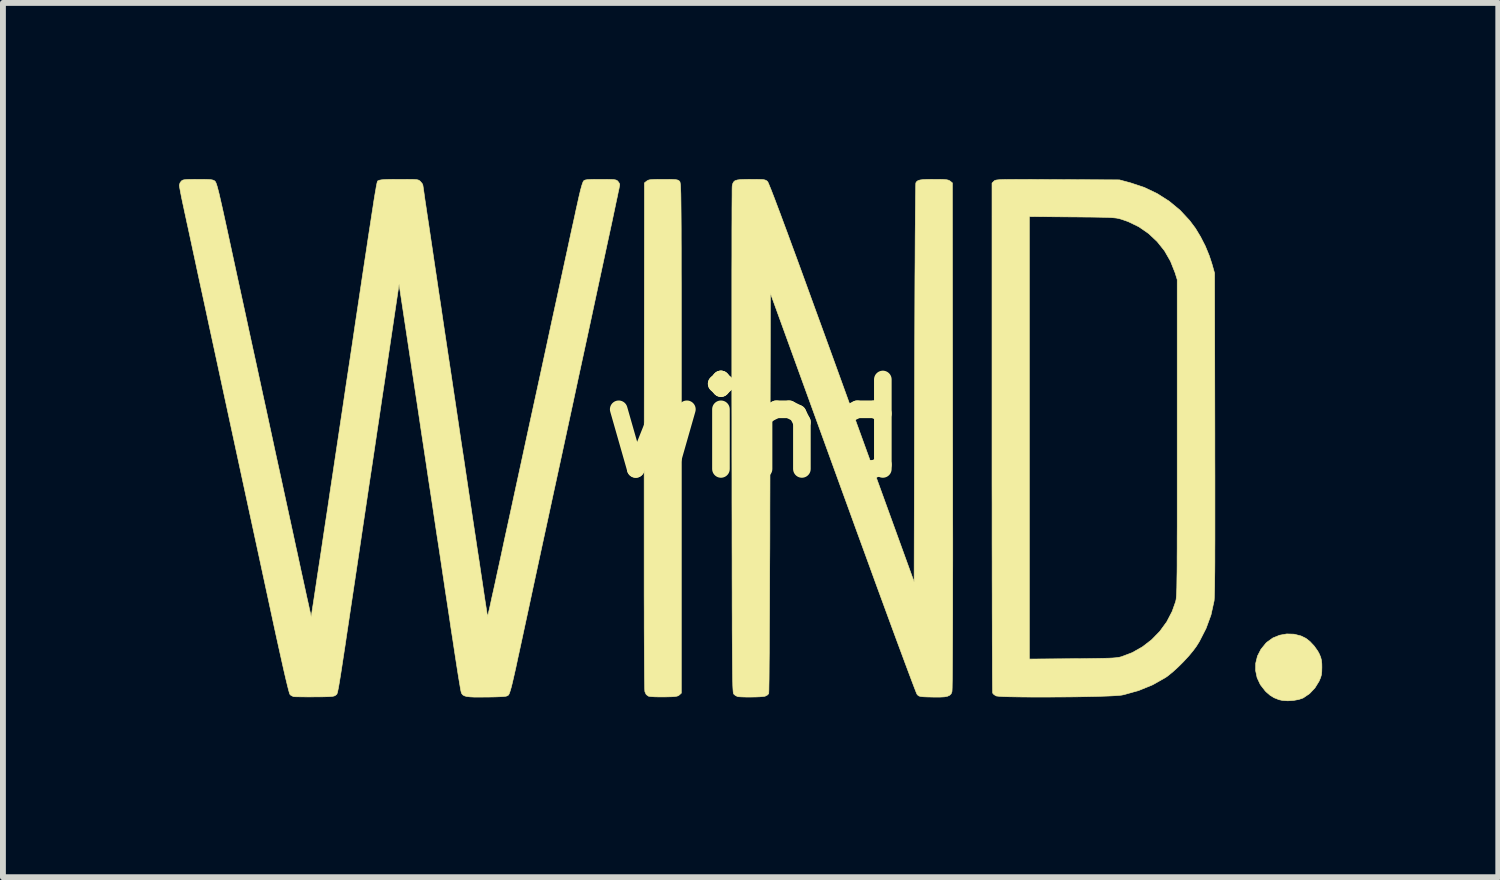
<source format=kicad_pcb>
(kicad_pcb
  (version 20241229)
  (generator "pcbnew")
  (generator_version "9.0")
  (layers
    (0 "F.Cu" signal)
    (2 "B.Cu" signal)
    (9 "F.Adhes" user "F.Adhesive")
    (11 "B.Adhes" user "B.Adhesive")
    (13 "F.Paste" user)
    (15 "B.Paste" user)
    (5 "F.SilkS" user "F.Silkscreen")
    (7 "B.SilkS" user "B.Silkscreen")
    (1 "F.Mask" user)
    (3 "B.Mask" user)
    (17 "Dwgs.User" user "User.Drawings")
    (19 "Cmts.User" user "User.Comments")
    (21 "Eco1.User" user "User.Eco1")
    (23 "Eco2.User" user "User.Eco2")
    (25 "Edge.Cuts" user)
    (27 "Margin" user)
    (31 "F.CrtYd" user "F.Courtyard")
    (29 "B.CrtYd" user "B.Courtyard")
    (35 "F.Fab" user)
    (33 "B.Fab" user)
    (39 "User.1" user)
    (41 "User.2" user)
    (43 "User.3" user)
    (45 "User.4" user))
  (footprint "wind"
    (layer "F.Cu")
    (at 9.812 4.249)
    (property "Reference" "wind" (at 0 0 0) (layer "F.SilkS") (effects (font (size 1.524 1.524) (thickness 0.3))))
    (attr through_hole)
    (fp_poly (pts (xy 9.182 3.504) (xy 9.3 3.534) (xy 9.384 3.575) (xy 9.455 3.631) (xy 9.526 3.707) (xy 9.586 3.792) (xy 9.614 3.844) (xy 9.636 3.898) (xy 9.649 3.949) (xy 9.655 4.009) (xy 9.656 4.069) (xy 9.654 4.142) (xy 9.648 4.197) (xy 9.634 4.245) (xy 9.61 4.302) (xy 9.607 4.308) (xy 9.537 4.421) (xy 9.446 4.517) (xy 9.34 4.589) (xy 9.339 4.59) (xy 9.265 4.616) (xy 9.173 4.633) (xy 9.075 4.639) (xy 8.984 4.633) (xy 8.925 4.62) (xy 8.842 4.587) (xy 8.775 4.546) (xy 8.709 4.489) (xy 8.692 4.472) (xy 8.608 4.364) (xy 8.553 4.246) (xy 8.527 4.123) (xy 8.529 3.999) (xy 8.559 3.877) (xy 8.618 3.762) (xy 8.704 3.656) (xy 8.723 3.639) (xy 8.822 3.568) (xy 8.936 3.522) (xy 9.058 3.5) (xy 9.182 3.504)) (stroke (width 0.01) (type solid)) (fill yes) (layer "F.SilkS"))
    (fp_poly (pts (xy -1.47 -4.244) (xy -1.402 -4.242) (xy -1.355 -4.239) (xy -1.325 -4.234) (xy -1.304 -4.226) (xy -1.289 -4.214) (xy -1.287 -4.212) (xy -1.284 -4.209) (xy -1.281 -4.204) (xy -1.279 -4.197) (xy -1.276 -4.187) (xy -1.274 -4.173) (xy -1.271 -4.153) (xy -1.269 -4.127) (xy -1.268 -4.093) (xy -1.266 -4.049) (xy -1.264 -3.996) (xy -1.263 -3.932) (xy -1.262 -3.856) (xy -1.261 -3.766) (xy -1.26 -3.662) (xy -1.259 -3.542) (xy -1.258 -3.405) (xy -1.258 -3.251) (xy -1.257 -3.078) (xy -1.257 -2.884) (xy -1.257 -2.67) (xy -1.256 -2.433) (xy -1.256 -2.173) (xy -1.256 -1.888) (xy -1.256 -1.578) (xy -1.256 -1.24) (xy -1.256 -0.875) (xy -1.256 -0.481) (xy -1.256 -0.057) (xy -1.256 4.509) (xy -1.289 4.539) (xy -1.306 4.552) (xy -1.33 4.56) (xy -1.365 4.566) (xy -1.418 4.57) (xy -1.495 4.572) (xy -1.547 4.573) (xy -1.636 4.573) (xy -1.714 4.571) (xy -1.775 4.567) (xy -1.812 4.561) (xy -1.816 4.56) (xy -1.854 4.532) (xy -1.876 4.485) (xy -1.878 4.466) (xy -1.88 4.422) (xy -1.881 4.353) (xy -1.883 4.258) (xy -1.884 4.137) (xy -1.885 3.989) (xy -1.886 3.815) (xy -1.887 3.613) (xy -1.888 3.384) (xy -1.888 3.126) (xy -1.889 2.84) (xy -1.889 2.525) (xy -1.889 2.18) (xy -1.889 1.805) (xy -1.889 1.401) (xy -1.889 0.966) (xy -1.889 0.499) (xy -1.888 0.122) (xy -1.884 -4.183) (xy -1.846 -4.214) (xy -1.828 -4.225) (xy -1.806 -4.234) (xy -1.772 -4.239) (xy -1.723 -4.242) (xy -1.652 -4.244) (xy -1.564 -4.244) (xy -1.47 -4.244)) (stroke (width 0.01) (type solid)) (fill yes) (layer "F.SilkS"))
    (fp_poly (pts (xy 4.621 -4.243) (xy 4.774 -4.242) (xy 4.954 -4.241) (xy 5.155 -4.24) (xy 6.207 -4.235) (xy 6.397 -4.184) (xy 6.631 -4.106) (xy 6.851 -4.001) (xy 7.055 -3.871) (xy 7.24 -3.718) (xy 7.402 -3.544) (xy 7.503 -3.409) (xy 7.589 -3.266) (xy 7.67 -3.108) (xy 7.737 -2.945) (xy 7.783 -2.805) (xy 7.828 -2.646) (xy 7.833 0.087) (xy 7.833 0.461) (xy 7.834 0.805) (xy 7.834 1.118) (xy 7.834 1.403) (xy 7.834 1.66) (xy 7.834 1.89) (xy 7.833 2.095) (xy 7.833 2.275) (xy 7.832 2.431) (xy 7.83 2.565) (xy 7.829 2.676) (xy 7.827 2.768) (xy 7.825 2.839) (xy 7.823 2.892) (xy 7.821 2.927) (xy 7.819 2.941) (xy 7.767 3.177) (xy 7.683 3.406) (xy 7.569 3.629) (xy 7.518 3.711) (xy 7.461 3.788) (xy 7.387 3.877) (xy 7.301 3.97) (xy 7.21 4.061) (xy 7.12 4.143) (xy 7.038 4.21) (xy 6.994 4.242) (xy 6.775 4.366) (xy 6.538 4.463) (xy 6.286 4.534) (xy 6.247 4.542) (xy 6.204 4.547) (xy 6.135 4.552) (xy 6.042 4.557) (xy 5.93 4.561) (xy 5.801 4.565) (xy 5.658 4.568) (xy 5.505 4.571) (xy 5.346 4.573) (xy 5.183 4.574) (xy 5.02 4.575) (xy 4.861 4.575) (xy 4.708 4.575) (xy 4.565 4.574) (xy 4.436 4.572) (xy 4.323 4.57) (xy 4.23 4.567) (xy 4.161 4.563) (xy 4.118 4.558) (xy 4.107 4.556) (xy 4.07 4.533) (xy 4.048 4.508) (xy 4.048 4.507) (xy 4.047 4.489) (xy 4.046 4.44) (xy 4.045 4.363) (xy 4.044 4.257) (xy 4.043 4.125) (xy 4.043 3.967) (xy 4.043 3.928) (xy 4.673 3.928) (xy 5.408 3.922) (xy 5.584 3.921) (xy 5.731 3.919) (xy 5.853 3.917) (xy 5.952 3.915) (xy 6.031 3.913) (xy 6.093 3.91) (xy 6.142 3.906) (xy 6.18 3.901) (xy 6.211 3.896) (xy 6.237 3.889) (xy 6.239 3.889) (xy 6.426 3.818) (xy 6.599 3.72) (xy 6.757 3.598) (xy 6.896 3.455) (xy 7.014 3.293) (xy 7.106 3.116) (xy 7.163 2.955) (xy 7.167 2.941) (xy 7.17 2.925) (xy 7.174 2.906) (xy 7.176 2.881) (xy 7.179 2.85) (xy 7.181 2.811) (xy 7.183 2.763) (xy 7.185 2.704) (xy 7.186 2.633) (xy 7.187 2.549) (xy 7.189 2.449) (xy 7.19 2.332) (xy 7.19 2.197) (xy 7.191 2.043) (xy 7.191 1.868) (xy 7.192 1.671) (xy 7.192 1.449) (xy 7.192 1.202) (xy 7.192 0.928) (xy 7.192 0.626) (xy 7.192 0.294) (xy 7.192 0.159) (xy 7.192 -2.535) (xy 7.155 -2.654) (xy 7.078 -2.848) (xy 6.976 -3.026) (xy 6.85 -3.184) (xy 6.704 -3.321) (xy 6.538 -3.436) (xy 6.356 -3.524) (xy 6.247 -3.562) (xy 6.217 -3.571) (xy 6.189 -3.578) (xy 6.158 -3.584) (xy 6.121 -3.588) (xy 6.076 -3.592) (xy 6.018 -3.595) (xy 5.945 -3.597) (xy 5.854 -3.599) (xy 5.742 -3.601) (xy 5.604 -3.602) (xy 5.439 -3.604) (xy 5.4 -3.604) (xy 4.673 -3.61) (xy 4.673 3.928) (xy 4.043 3.928) (xy 4.042 3.786) (xy 4.041 3.582) (xy 4.041 3.356) (xy 4.04 3.111) (xy 4.04 2.846) (xy 4.039 2.564) (xy 4.039 2.266) (xy 4.038 1.953) (xy 4.038 1.627) (xy 4.038 1.288) (xy 4.037 0.938) (xy 4.037 0.579) (xy 4.037 0.211) (xy 4.037 0.15) (xy 4.037 -4.18) (xy 4.07 -4.213) (xy 4.077 -4.219) (xy 4.085 -4.225) (xy 4.098 -4.229) (xy 4.117 -4.233) (xy 4.144 -4.236) (xy 4.183 -4.239) (xy 4.235 -4.241) (xy 4.302 -4.242) (xy 4.387 -4.242) (xy 4.493 -4.243) (xy 4.621 -4.243)) (stroke (width 0.01) (type solid)) (fill yes) (layer "F.SilkS"))
    (fp_poly (pts (xy 3.143 -4.244) (xy 3.21 -4.242) (xy 3.257 -4.238) (xy 3.288 -4.232) (xy 3.31 -4.223) (xy 3.324 -4.214) (xy 3.362 -4.183) (xy 3.366 0.122) (xy 3.367 0.608) (xy 3.367 1.062) (xy 3.367 1.486) (xy 3.368 1.879) (xy 3.368 2.243) (xy 3.367 2.577) (xy 3.367 2.883) (xy 3.367 3.16) (xy 3.366 3.409) (xy 3.365 3.632) (xy 3.364 3.827) (xy 3.363 3.996) (xy 3.362 4.139) (xy 3.361 4.257) (xy 3.359 4.35) (xy 3.358 4.418) (xy 3.356 4.463) (xy 3.354 4.485) (xy 3.354 4.486) (xy 3.34 4.52) (xy 3.316 4.544) (xy 3.28 4.561) (xy 3.225 4.572) (xy 3.149 4.576) (xy 3.048 4.576) (xy 3.007 4.575) (xy 2.921 4.573) (xy 2.861 4.57) (xy 2.821 4.565) (xy 2.795 4.558) (xy 2.777 4.547) (xy 2.762 4.531) (xy 2.76 4.529) (xy 2.751 4.51) (xy 2.732 4.462) (xy 2.703 4.387) (xy 2.664 4.284) (xy 2.616 4.156) (xy 2.559 4.004) (xy 2.494 3.828) (xy 2.42 3.629) (xy 2.339 3.409) (xy 2.251 3.169) (xy 2.156 2.91) (xy 2.054 2.632) (xy 1.947 2.337) (xy 1.834 2.027) (xy 1.715 1.701) (xy 1.592 1.361) (xy 1.494 1.092) (xy 0.262 -2.304) (xy 0.254 1.093) (xy 0.253 1.42) (xy 0.253 1.738) (xy 0.252 2.047) (xy 0.25 2.344) (xy 0.249 2.629) (xy 0.248 2.899) (xy 0.247 3.154) (xy 0.245 3.392) (xy 0.244 3.611) (xy 0.243 3.81) (xy 0.241 3.987) (xy 0.24 4.141) (xy 0.239 4.271) (xy 0.237 4.375) (xy 0.236 4.452) (xy 0.234 4.5) (xy 0.233 4.517) (xy 0.21 4.541) (xy 0.171 4.561) (xy 0.171 4.561) (xy 0.138 4.566) (xy 0.082 4.571) (xy 0.01 4.574) (xy -0.07 4.575) (xy -0.15 4.575) (xy -0.221 4.573) (xy -0.276 4.57) (xy -0.296 4.567) (xy -0.333 4.55) (xy -0.36 4.527) (xy -0.363 4.523) (xy -0.366 4.517) (xy -0.368 4.508) (xy -0.371 4.495) (xy -0.373 4.476) (xy -0.375 4.451) (xy -0.377 4.418) (xy -0.379 4.377) (xy -0.38 4.325) (xy -0.382 4.263) (xy -0.383 4.189) (xy -0.384 4.101) (xy -0.385 3.999) (xy -0.386 3.882) (xy -0.387 3.747) (xy -0.388 3.596) (xy -0.389 3.425) (xy -0.389 3.234) (xy -0.39 3.023) (xy -0.39 2.789) (xy -0.391 2.531) (xy -0.391 2.25) (xy -0.392 1.942) (xy -0.392 1.608) (xy -0.393 1.246) (xy -0.393 0.856) (xy -0.394 0.435) (xy -0.394 0.209) (xy -0.394 -0.159) (xy -0.395 -0.518) (xy -0.395 -0.868) (xy -0.395 -1.208) (xy -0.395 -1.536) (xy -0.395 -1.85) (xy -0.395 -2.15) (xy -0.395 -2.434) (xy -0.395 -2.7) (xy -0.394 -2.948) (xy -0.394 -3.177) (xy -0.394 -3.384) (xy -0.393 -3.568) (xy -0.393 -3.729) (xy -0.392 -3.865) (xy -0.391 -3.974) (xy -0.391 -4.055) (xy -0.39 -4.107) (xy -0.389 -4.129) (xy -0.389 -4.13) (xy -0.38 -4.17) (xy -0.365 -4.199) (xy -0.342 -4.22) (xy -0.303 -4.233) (xy -0.247 -4.24) (xy -0.167 -4.243) (xy -0.072 -4.244) (xy 0.021 -4.244) (xy 0.089 -4.242) (xy 0.136 -4.24) (xy 0.167 -4.234) (xy 0.188 -4.226) (xy 0.205 -4.214) (xy 0.212 -4.208) (xy 0.219 -4.197) (xy 0.231 -4.171) (xy 0.248 -4.129) (xy 0.272 -4.071) (xy 0.301 -3.996) (xy 0.337 -3.903) (xy 0.379 -3.791) (xy 0.429 -3.659) (xy 0.485 -3.507) (xy 0.55 -3.333) (xy 0.622 -3.136) (xy 0.703 -2.917) (xy 0.792 -2.673) (xy 0.89 -2.404) (xy 0.997 -2.109) (xy 1.114 -1.788) (xy 1.241 -1.439) (xy 1.378 -1.061) (xy 1.48 -0.779) (xy 2.71 2.614) (xy 2.718 -0.771) (xy 2.719 -1.097) (xy 2.72 -1.415) (xy 2.721 -1.723) (xy 2.722 -2.02) (xy 2.723 -2.304) (xy 2.724 -2.574) (xy 2.726 -2.828) (xy 2.727 -3.065) (xy 2.728 -3.284) (xy 2.73 -3.482) (xy 2.731 -3.659) (xy 2.733 -3.813) (xy 2.734 -3.942) (xy 2.736 -4.045) (xy 2.737 -4.121) (xy 2.738 -4.168) (xy 2.74 -4.185) (xy 2.754 -4.206) (xy 2.776 -4.222) (xy 2.811 -4.233) (xy 2.863 -4.24) (xy 2.937 -4.243) (xy 3.037 -4.244) (xy 3.049 -4.244) (xy 3.143 -4.244)) (stroke (width 0.01) (type solid)) (fill yes) (layer "F.SilkS"))
    (fp_poly (pts (xy -2.533 -4.244) (xy -2.462 -4.242) (xy -2.412 -4.24) (xy -2.379 -4.235) (xy -2.357 -4.228) (xy -2.342 -4.217) (xy -2.337 -4.212) (xy -2.313 -4.179) (xy -2.305 -4.153) (xy -2.306 -4.143) (xy -2.311 -4.12) (xy -2.318 -4.081) (xy -2.33 -4.028) (xy -2.344 -3.958) (xy -2.363 -3.871) (xy -2.385 -3.766) (xy -2.411 -3.643) (xy -2.441 -3.5) (xy -2.476 -3.338) (xy -2.516 -3.154) (xy -2.56 -2.949) (xy -2.609 -2.721) (xy -2.663 -2.471) (xy -2.722 -2.196) (xy -2.786 -1.897) (xy -2.856 -1.572) (xy -2.932 -1.221) (xy -3.014 -0.842) (xy -3.101 -0.436) (xy -3.195 -0.002) (xy -3.295 0.462) (xy -3.402 0.956) (xy -3.426 1.065) (xy -3.524 1.52) (xy -3.616 1.944) (xy -3.701 2.338) (xy -3.779 2.7) (xy -3.85 3.032) (xy -3.915 3.333) (xy -3.973 3.603) (xy -4.025 3.843) (xy -4.04 3.91) (xy -4.075 4.075) (xy -4.106 4.212) (xy -4.131 4.321) (xy -4.152 4.406) (xy -4.17 4.468) (xy -4.184 4.51) (xy -4.195 4.533) (xy -4.198 4.538) (xy -4.211 4.549) (xy -4.228 4.557) (xy -4.253 4.563) (xy -4.292 4.567) (xy -4.349 4.57) (xy -4.428 4.573) (xy -4.533 4.575) (xy -4.55 4.575) (xy -4.68 4.576) (xy -4.781 4.576) (xy -4.858 4.572) (xy -4.915 4.565) (xy -4.954 4.553) (xy -4.98 4.537) (xy -4.997 4.515) (xy -5.005 4.494) (xy -5.011 4.469) (xy -5.021 4.415) (xy -5.034 4.336) (xy -5.051 4.236) (xy -5.07 4.116) (xy -5.091 3.98) (xy -5.114 3.831) (xy -5.138 3.672) (xy -5.15 3.592) (xy -5.178 3.413) (xy -5.208 3.208) (xy -5.242 2.985) (xy -5.278 2.75) (xy -5.314 2.509) (xy -5.35 2.268) (xy -5.385 2.035) (xy -5.419 1.815) (xy -5.435 1.709) (xy -5.461 1.535) (xy -5.491 1.334) (xy -5.525 1.11) (xy -5.562 0.869) (xy -5.6 0.613) (xy -5.64 0.348) (xy -5.681 0.079) (xy -5.721 -0.191) (xy -5.761 -0.457) (xy -5.8 -0.714) (xy -5.827 -0.892) (xy -6.064 -2.46) (xy -6.25 -1.21) (xy -6.281 -1.002) (xy -6.316 -0.768) (xy -6.355 -0.511) (xy -6.395 -0.239) (xy -6.438 0.046) (xy -6.481 0.337) (xy -6.525 0.631) (xy -6.569 0.921) (xy -6.611 1.203) (xy -6.651 1.472) (xy -6.677 1.645) (xy -6.729 1.997) (xy -6.777 2.319) (xy -6.821 2.613) (xy -6.861 2.879) (xy -6.897 3.119) (xy -6.929 3.334) (xy -6.958 3.526) (xy -6.983 3.696) (xy -7.006 3.845) (xy -7.026 3.976) (xy -7.043 4.088) (xy -7.058 4.184) (xy -7.071 4.264) (xy -7.082 4.331) (xy -7.091 4.385) (xy -7.099 4.428) (xy -7.106 4.461) (xy -7.111 4.486) (xy -7.116 4.504) (xy -7.12 4.516) (xy -7.123 4.524) (xy -7.127 4.529) (xy -7.13 4.532) (xy -7.134 4.535) (xy -7.137 4.537) (xy -7.15 4.548) (xy -7.166 4.556) (xy -7.19 4.562) (xy -7.227 4.566) (xy -7.281 4.569) (xy -7.356 4.571) (xy -7.458 4.572) (xy -7.499 4.572) (xy -7.6 4.573) (xy -7.692 4.572) (xy -7.769 4.571) (xy -7.827 4.57) (xy -7.859 4.568) (xy -7.862 4.567) (xy -7.901 4.55) (xy -7.922 4.532) (xy -7.931 4.51) (xy -7.946 4.457) (xy -7.967 4.374) (xy -7.994 4.262) (xy -8.027 4.12) (xy -8.065 3.95) (xy -8.109 3.752) (xy -8.159 3.526) (xy -8.195 3.36) (xy -8.444 2.205) (xy -8.692 1.059) (xy -8.94 -0.089) (xy -9.191 -1.252) (xy -9.307 -1.788) (xy -9.356 -2.017) (xy -9.405 -2.243) (xy -9.453 -2.464) (xy -9.499 -2.677) (xy -9.542 -2.879) (xy -9.583 -3.068) (xy -9.62 -3.241) (xy -9.653 -3.394) (xy -9.682 -3.526) (xy -9.705 -3.634) (xy -9.723 -3.715) (xy -9.728 -3.741) (xy -9.751 -3.847) (xy -9.771 -3.943) (xy -9.787 -4.026) (xy -9.799 -4.091) (xy -9.806 -4.132) (xy -9.807 -4.143) (xy -9.796 -4.182) (xy -9.775 -4.212) (xy -9.761 -4.224) (xy -9.742 -4.233) (xy -9.714 -4.238) (xy -9.67 -4.242) (xy -9.607 -4.243) (xy -9.519 -4.244) (xy -9.491 -4.244) (xy -9.394 -4.244) (xy -9.323 -4.242) (xy -9.274 -4.239) (xy -9.24 -4.233) (xy -9.218 -4.225) (xy -9.203 -4.215) (xy -9.194 -4.205) (xy -9.185 -4.189) (xy -9.175 -4.163) (xy -9.163 -4.125) (xy -9.149 -4.073) (xy -9.131 -4.004) (xy -9.111 -3.916) (xy -9.086 -3.807) (xy -9.056 -3.673) (xy -9.021 -3.513) (xy -8.986 -3.353) (xy -8.901 -2.959) (xy -8.822 -2.594) (xy -8.748 -2.254) (xy -8.679 -1.937) (xy -8.615 -1.64) (xy -8.554 -1.36) (xy -8.496 -1.095) (xy -8.441 -0.841) (xy -8.388 -0.596) (xy -8.336 -0.358) (xy -8.285 -0.122) (xy -8.257 0.008) (xy -8.218 0.188) (xy -8.174 0.393) (xy -8.125 0.617) (xy -8.073 0.855) (xy -8.02 1.101) (xy -7.966 1.349) (xy -7.913 1.593) (xy -7.862 1.828) (xy -7.815 2.047) (xy -7.812 2.058) (xy -7.772 2.243) (xy -7.734 2.42) (xy -7.698 2.584) (xy -7.665 2.735) (xy -7.636 2.869) (xy -7.61 2.984) (xy -7.59 3.077) (xy -7.574 3.147) (xy -7.565 3.19) (xy -7.561 3.205) (xy -7.558 3.19) (xy -7.551 3.145) (xy -7.54 3.071) (xy -7.524 2.97) (xy -7.505 2.843) (xy -7.482 2.692) (xy -7.456 2.517) (xy -7.426 2.321) (xy -7.393 2.105) (xy -7.358 1.87) (xy -7.32 1.617) (xy -7.279 1.349) (xy -7.237 1.065) (xy -7.192 0.769) (xy -7.146 0.461) (xy -7.098 0.142) (xy -7.049 -0.186) (xy -7.027 -0.331) (xy -6.966 -0.744) (xy -6.908 -1.126) (xy -6.855 -1.479) (xy -6.807 -1.804) (xy -6.762 -2.103) (xy -6.721 -2.376) (xy -6.684 -2.624) (xy -6.65 -2.849) (xy -6.619 -3.051) (xy -6.592 -3.233) (xy -6.567 -3.395) (xy -6.545 -3.538) (xy -6.526 -3.663) (xy -6.509 -3.772) (xy -6.495 -3.866) (xy -6.482 -3.946) (xy -6.471 -4.012) (xy -6.461 -4.067) (xy -6.454 -4.111) (xy -6.447 -4.146) (xy -6.442 -4.172) (xy -6.437 -4.192) (xy -6.433 -4.205) (xy -6.43 -4.213) (xy -6.427 -4.217) (xy -6.424 -4.219) (xy -6.421 -4.22) (xy -6.418 -4.22) (xy -6.415 -4.221) (xy -6.413 -4.222) (xy -6.395 -4.23) (xy -6.361 -4.236) (xy -6.309 -4.24) (xy -6.234 -4.243) (xy -6.133 -4.244) (xy -6.06 -4.244) (xy -5.951 -4.244) (xy -5.869 -4.243) (xy -5.81 -4.242) (xy -5.769 -4.239) (xy -5.741 -4.234) (xy -5.723 -4.226) (xy -5.709 -4.216) (xy -5.698 -4.205) (xy -5.671 -4.173) (xy -5.659 -4.148) (xy -5.659 -4.146) (xy -5.656 -4.129) (xy -5.649 -4.082) (xy -5.638 -4.007) (xy -5.624 -3.905) (xy -5.605 -3.779) (xy -5.583 -3.63) (xy -5.557 -3.46) (xy -5.529 -3.27) (xy -5.498 -3.063) (xy -5.465 -2.839) (xy -5.429 -2.6) (xy -5.392 -2.349) (xy -5.352 -2.086) (xy -5.312 -1.814) (xy -5.27 -1.534) (xy -5.227 -1.248) (xy -5.183 -0.958) (xy -5.139 -0.664) (xy -5.095 -0.37) (xy -5.051 -0.076) (xy -5.008 0.216) (xy -4.964 0.503) (xy -4.922 0.785) (xy -4.881 1.06) (xy -4.841 1.326) (xy -4.803 1.581) (xy -4.766 1.824) (xy -4.732 2.052) (xy -4.699 2.265) (xy -4.67 2.461) (xy -4.643 2.638) (xy -4.62 2.794) (xy -4.6 2.927) (xy -4.583 3.036) (xy -4.57 3.12) (xy -4.561 3.176) (xy -4.557 3.203) (xy -4.557 3.205) (xy -4.553 3.191) (xy -4.543 3.149) (xy -4.527 3.081) (xy -4.507 2.992) (xy -4.484 2.884) (xy -4.456 2.76) (xy -4.426 2.624) (xy -4.399 2.498) (xy -4.363 2.334) (xy -4.321 2.141) (xy -4.274 1.92) (xy -4.22 1.673) (xy -4.161 1.402) (xy -4.098 1.11) (xy -4.03 0.797) (xy -3.958 0.465) (xy -3.883 0.117) (xy -3.804 -0.246) (xy -3.722 -0.622) (xy -3.638 -1.009) (xy -3.552 -1.406) (xy -3.465 -1.811) (xy -3.378 -2.209) (xy -3.334 -2.413) (xy -3.29 -2.616) (xy -3.247 -2.815) (xy -3.205 -3.007) (xy -3.166 -3.188) (xy -3.13 -3.355) (xy -3.097 -3.504) (xy -3.069 -3.632) (xy -3.047 -3.736) (xy -3.031 -3.807) (xy -2.999 -3.951) (xy -2.972 -4.064) (xy -2.949 -4.146) (xy -2.931 -4.197) (xy -2.921 -4.216) (xy -2.907 -4.227) (xy -2.886 -4.234) (xy -2.853 -4.239) (xy -2.803 -4.242) (xy -2.731 -4.244) (xy -2.632 -4.244) (xy -2.631 -4.244) (xy -2.533 -4.244)) (stroke (width 0.01) (type solid)) (fill yes) (layer "F.SilkS")))
  (gr_rect
    (start -3 -3)
    (end 22.473 11.893)
    (stroke (width 0.1) (type default))
    (fill no)
    (layer "Edge.Cuts")))
</source>
